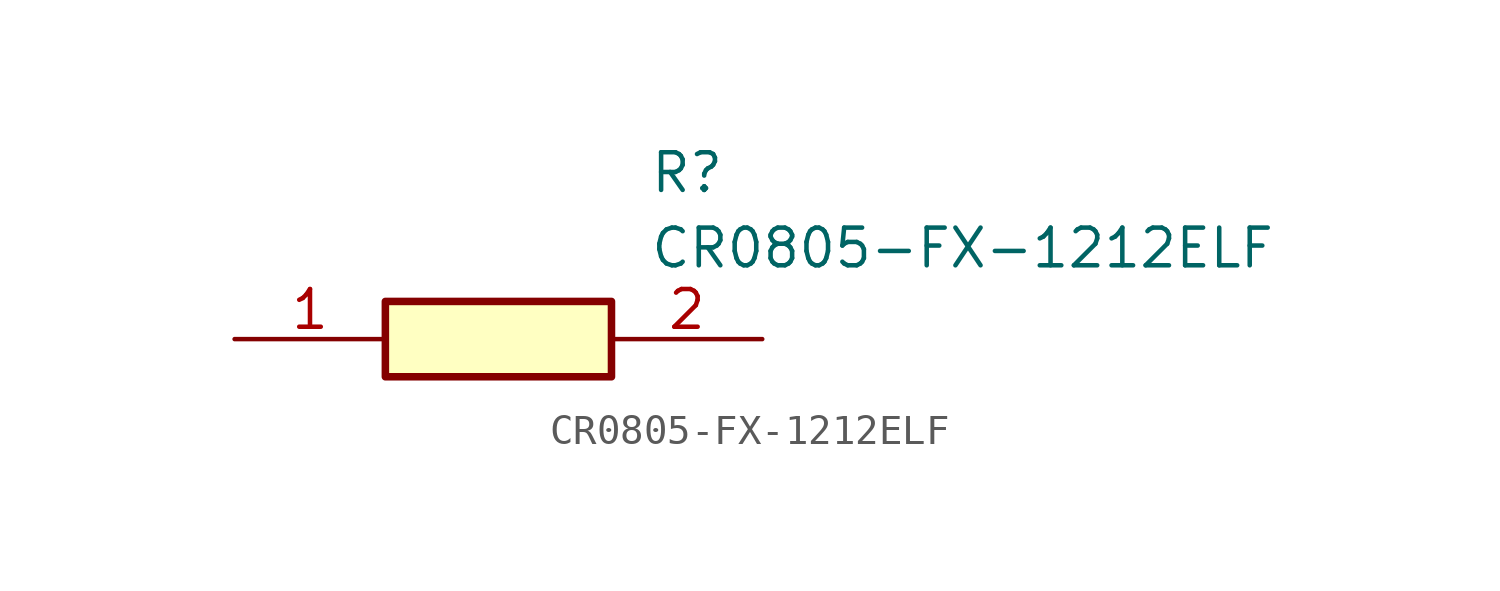
<source format=kicad_sym>
(kicad_symbol_lib
  (version 20211014)
  (generator SamacSys_ECAD_Model)
  (symbol "CR0805-FX-1212ELF"
    (pin_names hide)
    (property "Reference" "R"
      (at 13.97 6.35 0)
      (effects (font (size 1.27 1.27)) (justify left top)))
    (property "Value" "CR0805-FX-1212ELF"
      (at 13.97 3.81 0)
      (effects (font (size 1.27 1.27)) (justify left top)))
    (rectangle
      (start 5.08 1.27)
      (end 12.7 -1.27)
      (stroke (width 0.254) (type default))
      (fill (type background)))
    (pin passive line
      (at 0 0 0)
      (length 5.08)
      (name "1" (effects (font (size 1.27 1.27))))
      (number "1" (effects (font (size 1.27 1.27)))))
    (pin passive line
      (at 17.78 0 180)
      (length 5.08)
      (name "2" (effects (font (size 1.27 1.27))))
      (number "2" (effects (font (size 1.27 1.27)))))))
</source>
